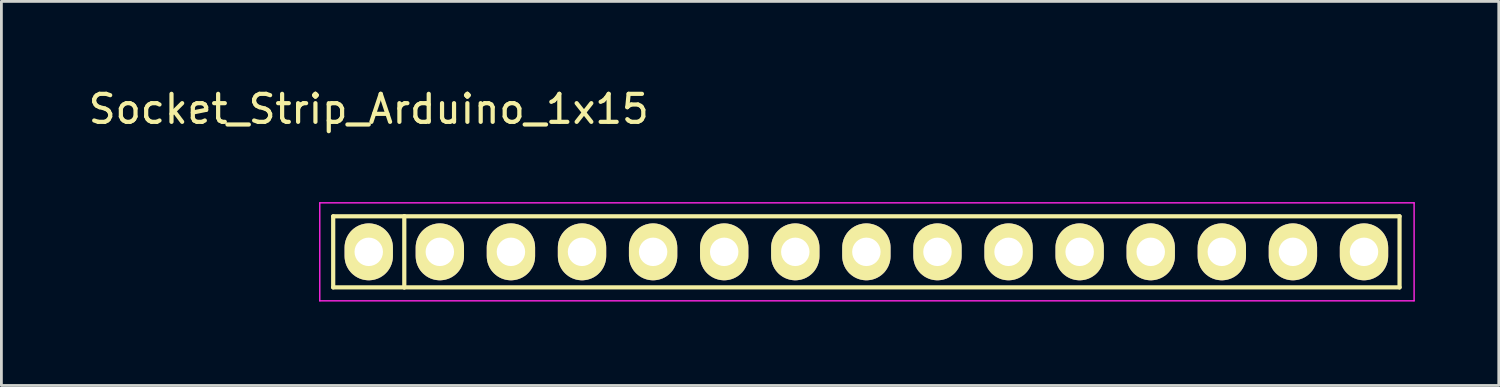
<source format=kicad_pcb>
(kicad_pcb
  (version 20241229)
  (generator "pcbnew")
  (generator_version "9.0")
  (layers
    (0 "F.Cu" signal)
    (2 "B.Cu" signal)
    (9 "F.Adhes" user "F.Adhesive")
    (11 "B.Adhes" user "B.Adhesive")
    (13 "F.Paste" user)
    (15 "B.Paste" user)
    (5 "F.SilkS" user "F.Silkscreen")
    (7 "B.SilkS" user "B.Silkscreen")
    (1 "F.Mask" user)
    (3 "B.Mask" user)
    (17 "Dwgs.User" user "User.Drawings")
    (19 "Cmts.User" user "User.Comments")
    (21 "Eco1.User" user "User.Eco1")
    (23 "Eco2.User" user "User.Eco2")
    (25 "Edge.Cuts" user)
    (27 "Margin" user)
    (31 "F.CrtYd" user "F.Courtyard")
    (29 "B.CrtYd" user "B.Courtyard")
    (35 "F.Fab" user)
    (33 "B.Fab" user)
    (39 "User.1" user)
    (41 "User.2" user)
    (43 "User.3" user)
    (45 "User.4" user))
  (footprint "Socket_Strip_Arduino_1x15"
    (layer "F.Cu")
    (at 10.125 5.948)
    (property "Reference" "Socket_Strip_Arduino_1x15" (at 0 -5.1 0) (layer "F.SilkS") (effects (font (size 1 1) (thickness 0.15))))
    (attr through_hole)
    (fp_line (start -1.27 -1.27) (end -1.27 1.27) (stroke (width 0.15) (type solid)) (layer "F.SilkS"))
    (fp_line (start -1.27 1.27) (end 1.27 1.27) (stroke (width 0.15) (type solid)) (layer "F.SilkS"))
    (fp_line (start 1.27 -1.27) (end -1.27 -1.27) (stroke (width 0.15) (type solid)) (layer "F.SilkS"))
    (fp_line (start 1.27 -1.27) (end 36.83 -1.27) (stroke (width 0.15) (type solid)) (layer "F.SilkS"))
    (fp_line (start 1.27 1.27) (end 1.27 -1.27) (stroke (width 0.15) (type solid)) (layer "F.SilkS"))
    (fp_line (start 36.83 -1.27) (end 36.83 1.27) (stroke (width 0.15) (type solid)) (layer "F.SilkS"))
    (fp_line (start 36.83 1.27) (end 1.27 1.27) (stroke (width 0.15) (type solid)) (layer "F.SilkS"))
    (fp_line (start -1.75 -1.75) (end -1.75 1.75) (stroke (width 0.05) (type solid)) (layer "F.CrtYd"))
    (fp_line (start -1.75 -1.75) (end 37.35 -1.75) (stroke (width 0.05) (type solid)) (layer "F.CrtYd"))
    (fp_line (start -1.75 1.75) (end 37.35 1.75) (stroke (width 0.05) (type solid)) (layer "F.CrtYd"))
    (fp_line (start 37.35 -1.75) (end 37.35 1.75) (stroke (width 0.05) (type solid)) (layer "F.CrtYd"))
    (pad "1" thru_hole oval (at 0 0) (size 1.727 2.032) (drill 1.016) (layers "*.Cu" "*.Mask" "F.SilkS"))
    (pad "2" thru_hole oval (at 2.54 0) (size 1.727 2.032) (drill 1.016) (layers "*.Cu" "*.Mask" "F.SilkS"))
    (pad "3" thru_hole oval (at 5.08 0) (size 1.727 2.032) (drill 1.016) (layers "*.Cu" "*.Mask" "F.SilkS"))
    (pad "4" thru_hole oval (at 7.62 0) (size 1.727 2.032) (drill 1.016) (layers "*.Cu" "*.Mask" "F.SilkS"))
    (pad "5" thru_hole oval (at 10.16 0) (size 1.727 2.032) (drill 1.016) (layers "*.Cu" "*.Mask" "F.SilkS"))
    (pad "6" thru_hole oval (at 12.7 0) (size 1.727 2.032) (drill 1.016) (layers "*.Cu" "*.Mask" "F.SilkS"))
    (pad "7" thru_hole oval (at 15.24 0) (size 1.727 2.032) (drill 1.016) (layers "*.Cu" "*.Mask" "F.SilkS"))
    (pad "8" thru_hole oval (at 17.78 0) (size 1.727 2.032) (drill 1.016) (layers "*.Cu" "*.Mask" "F.SilkS"))
    (pad "9" thru_hole oval (at 20.32 0) (size 1.727 2.032) (drill 1.016) (layers "*.Cu" "*.Mask" "F.SilkS"))
    (pad "10" thru_hole oval (at 22.86 0) (size 1.727 2.032) (drill 1.016) (layers "*.Cu" "*.Mask" "F.SilkS"))
    (pad "11" thru_hole oval (at 25.4 0) (size 1.727 2.032) (drill 1.016) (layers "*.Cu" "*.Mask" "F.SilkS"))
    (pad "12" thru_hole oval (at 27.94 0) (size 1.727 2.032) (drill 1.016) (layers "*.Cu" "*.Mask" "F.SilkS"))
    (pad "13" thru_hole oval (at 30.48 0) (size 1.727 2.032) (drill 1.016) (layers "*.Cu" "*.Mask" "F.SilkS"))
    (pad "14" thru_hole oval (at 33.02 0) (size 1.727 2.032) (drill 1.016) (layers "*.Cu" "*.Mask" "F.SilkS"))
    (pad "15" thru_hole oval (at 35.56 0) (size 1.727 2.032) (drill 1.016) (layers "*.Cu" "*.Mask" "F.SilkS")))
  (gr_rect
    (start -3 -3)
    (end 50.5 10.723)
    (stroke (width 0.1) (type default))
    (fill no)
    (layer "Edge.Cuts")))
</source>
